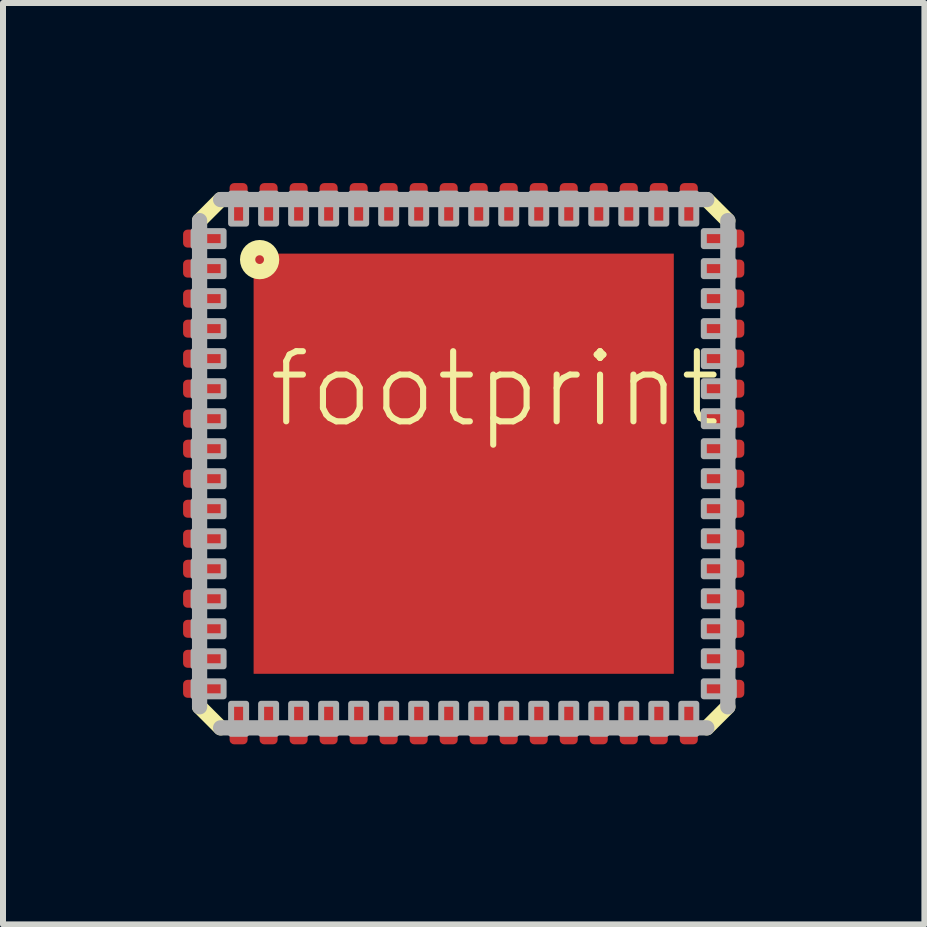
<source format=kicad_pcb>
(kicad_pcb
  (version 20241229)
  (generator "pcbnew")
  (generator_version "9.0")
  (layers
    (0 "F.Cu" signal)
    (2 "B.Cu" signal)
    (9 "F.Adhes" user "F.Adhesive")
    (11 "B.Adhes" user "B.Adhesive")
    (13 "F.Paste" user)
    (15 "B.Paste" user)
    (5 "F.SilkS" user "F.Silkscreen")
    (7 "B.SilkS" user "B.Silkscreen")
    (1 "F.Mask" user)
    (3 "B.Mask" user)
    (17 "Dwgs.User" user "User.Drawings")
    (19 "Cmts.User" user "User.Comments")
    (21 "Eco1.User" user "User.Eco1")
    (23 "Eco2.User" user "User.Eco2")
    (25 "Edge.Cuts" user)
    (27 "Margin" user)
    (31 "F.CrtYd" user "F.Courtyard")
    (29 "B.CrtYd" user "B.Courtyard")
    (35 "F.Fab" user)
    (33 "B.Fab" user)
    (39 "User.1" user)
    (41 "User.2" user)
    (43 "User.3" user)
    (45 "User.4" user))
  (footprint "footprint"
    (layer "F.Cu")
    (at 4.675 4.675)
    (property "Reference" "footprint" (at -3.302 -0.558 0) (layer "F.SilkS") (effects (font (size 1.168 1.168) (thickness 0.102)) (justify left bottom)))
    (fp_line (start -4.4 -4.05) (end -4.05 -4.4) (stroke (width 0.254) (type solid)) (layer "F.SilkS"))
    (fp_line (start -4.05 4.4) (end -4.4 4.05) (stroke (width 0.254) (type solid)) (layer "F.SilkS"))
    (fp_line (start 4.05 -4.4) (end 4.4 -4.05) (stroke (width 0.254) (type solid)) (layer "F.SilkS"))
    (fp_line (start 4.4 4.05) (end 4.05 4.4) (stroke (width 0.254) (type solid)) (layer "F.SilkS"))
    (fp_circle (center -3.4 -3.4) (end -3.2 -3.4) (stroke (width 0.254) (type solid)) (fill no) (layer "F.SilkS"))
    (fp_line (start -4.4 4.05) (end -4.4 -4.05) (stroke (width 0.254) (type solid)) (layer "F.Fab"))
    (fp_line (start -4.05 -4.4) (end 4.05 -4.4) (stroke (width 0.254) (type solid)) (layer "F.Fab"))
    (fp_line (start 4.05 4.4) (end -4.05 4.4) (stroke (width 0.254) (type solid)) (layer "F.Fab"))
    (fp_line (start 4.4 -4.05) (end 4.4 4.05) (stroke (width 0.254) (type solid)) (layer "F.Fab"))
    (fp_poly (pts (xy -4.5 -3.625) (xy -4 -3.625) (xy -4 -3.875) (xy -4.5 -3.875)) (stroke (width 0.1) (type solid)) (fill no) (layer "F.Fab"))
    (fp_poly (pts (xy -4.5 -3.125) (xy -4 -3.125) (xy -4 -3.375) (xy -4.5 -3.375)) (stroke (width 0.1) (type solid)) (fill no) (layer "F.Fab"))
    (fp_poly (pts (xy -4.5 -2.625) (xy -4 -2.625) (xy -4 -2.875) (xy -4.5 -2.875)) (stroke (width 0.1) (type solid)) (fill no) (layer "F.Fab"))
    (fp_poly (pts (xy -4.5 -2.125) (xy -4 -2.125) (xy -4 -2.375) (xy -4.5 -2.375)) (stroke (width 0.1) (type solid)) (fill no) (layer "F.Fab"))
    (fp_poly (pts (xy -4.5 -1.625) (xy -4 -1.625) (xy -4 -1.875) (xy -4.5 -1.875)) (stroke (width 0.1) (type solid)) (fill no) (layer "F.Fab"))
    (fp_poly (pts (xy -4.5 -1.125) (xy -4 -1.125) (xy -4 -1.375) (xy -4.5 -1.375)) (stroke (width 0.1) (type solid)) (fill no) (layer "F.Fab"))
    (fp_poly (pts (xy -4.5 -0.625) (xy -4 -0.625) (xy -4 -0.875) (xy -4.5 -0.875)) (stroke (width 0.1) (type solid)) (fill no) (layer "F.Fab"))
    (fp_poly (pts (xy -4.5 -0.125) (xy -4 -0.125) (xy -4 -0.375) (xy -4.5 -0.375)) (stroke (width 0.1) (type solid)) (fill no) (layer "F.Fab"))
    (fp_poly (pts (xy -4.5 0.375) (xy -4 0.375) (xy -4 0.125) (xy -4.5 0.125)) (stroke (width 0.1) (type solid)) (fill no) (layer "F.Fab"))
    (fp_poly (pts (xy -4.5 0.875) (xy -4 0.875) (xy -4 0.625) (xy -4.5 0.625)) (stroke (width 0.1) (type solid)) (fill no) (layer "F.Fab"))
    (fp_poly (pts (xy -4.5 1.375) (xy -4 1.375) (xy -4 1.125) (xy -4.5 1.125)) (stroke (width 0.1) (type solid)) (fill no) (layer "F.Fab"))
    (fp_poly (pts (xy -4.5 1.875) (xy -4 1.875) (xy -4 1.625) (xy -4.5 1.625)) (stroke (width 0.1) (type solid)) (fill no) (layer "F.Fab"))
    (fp_poly (pts (xy -4.5 2.375) (xy -4 2.375) (xy -4 2.125) (xy -4.5 2.125)) (stroke (width 0.1) (type solid)) (fill no) (layer "F.Fab"))
    (fp_poly (pts (xy -4.5 2.875) (xy -4 2.875) (xy -4 2.625) (xy -4.5 2.625)) (stroke (width 0.1) (type solid)) (fill no) (layer "F.Fab"))
    (fp_poly (pts (xy -4.5 3.375) (xy -4 3.375) (xy -4 3.125) (xy -4.5 3.125)) (stroke (width 0.1) (type solid)) (fill no) (layer "F.Fab"))
    (fp_poly (pts (xy -4.5 3.875) (xy -4 3.875) (xy -4 3.625) (xy -4.5 3.625)) (stroke (width 0.1) (type solid)) (fill no) (layer "F.Fab"))
    (fp_poly (pts (xy -3.875 -4) (xy -3.625 -4) (xy -3.625 -4.5) (xy -3.875 -4.5)) (stroke (width 0.1) (type solid)) (fill no) (layer "F.Fab"))
    (fp_poly (pts (xy -3.875 4.5) (xy -3.625 4.5) (xy -3.625 4) (xy -3.875 4)) (stroke (width 0.1) (type solid)) (fill no) (layer "F.Fab"))
    (fp_poly (pts (xy -3.375 -4) (xy -3.125 -4) (xy -3.125 -4.5) (xy -3.375 -4.5)) (stroke (width 0.1) (type solid)) (fill no) (layer "F.Fab"))
    (fp_poly (pts (xy -3.375 4.5) (xy -3.125 4.5) (xy -3.125 4) (xy -3.375 4)) (stroke (width 0.1) (type solid)) (fill no) (layer "F.Fab"))
    (fp_poly (pts (xy -2.875 -4) (xy -2.625 -4) (xy -2.625 -4.5) (xy -2.875 -4.5)) (stroke (width 0.1) (type solid)) (fill no) (layer "F.Fab"))
    (fp_poly (pts (xy -2.875 4.5) (xy -2.625 4.5) (xy -2.625 4) (xy -2.875 4)) (stroke (width 0.1) (type solid)) (fill no) (layer "F.Fab"))
    (fp_poly (pts (xy -2.375 -4) (xy -2.125 -4) (xy -2.125 -4.5) (xy -2.375 -4.5)) (stroke (width 0.1) (type solid)) (fill no) (layer "F.Fab"))
    (fp_poly (pts (xy -2.375 4.5) (xy -2.125 4.5) (xy -2.125 4) (xy -2.375 4)) (stroke (width 0.1) (type solid)) (fill no) (layer "F.Fab"))
    (fp_poly (pts (xy -1.875 -4) (xy -1.625 -4) (xy -1.625 -4.5) (xy -1.875 -4.5)) (stroke (width 0.1) (type solid)) (fill no) (layer "F.Fab"))
    (fp_poly (pts (xy -1.875 4.5) (xy -1.625 4.5) (xy -1.625 4) (xy -1.875 4)) (stroke (width 0.1) (type solid)) (fill no) (layer "F.Fab"))
    (fp_poly (pts (xy -1.375 -4) (xy -1.125 -4) (xy -1.125 -4.5) (xy -1.375 -4.5)) (stroke (width 0.1) (type solid)) (fill no) (layer "F.Fab"))
    (fp_poly (pts (xy -1.375 4.5) (xy -1.125 4.5) (xy -1.125 4) (xy -1.375 4)) (stroke (width 0.1) (type solid)) (fill no) (layer "F.Fab"))
    (fp_poly (pts (xy -0.875 -4) (xy -0.625 -4) (xy -0.625 -4.5) (xy -0.875 -4.5)) (stroke (width 0.1) (type solid)) (fill no) (layer "F.Fab"))
    (fp_poly (pts (xy -0.875 4.5) (xy -0.625 4.5) (xy -0.625 4) (xy -0.875 4)) (stroke (width 0.1) (type solid)) (fill no) (layer "F.Fab"))
    (fp_poly (pts (xy -0.375 -4) (xy -0.125 -4) (xy -0.125 -4.5) (xy -0.375 -4.5)) (stroke (width 0.1) (type solid)) (fill no) (layer "F.Fab"))
    (fp_poly (pts (xy -0.375 4.5) (xy -0.125 4.5) (xy -0.125 4) (xy -0.375 4)) (stroke (width 0.1) (type solid)) (fill no) (layer "F.Fab"))
    (fp_poly (pts (xy 0.125 -4) (xy 0.375 -4) (xy 0.375 -4.5) (xy 0.125 -4.5)) (stroke (width 0.1) (type solid)) (fill no) (layer "F.Fab"))
    (fp_poly (pts (xy 0.125 4.5) (xy 0.375 4.5) (xy 0.375 4) (xy 0.125 4)) (stroke (width 0.1) (type solid)) (fill no) (layer "F.Fab"))
    (fp_poly (pts (xy 0.625 -4) (xy 0.875 -4) (xy 0.875 -4.5) (xy 0.625 -4.5)) (stroke (width 0.1) (type solid)) (fill no) (layer "F.Fab"))
    (fp_poly (pts (xy 0.625 4.5) (xy 0.875 4.5) (xy 0.875 4) (xy 0.625 4)) (stroke (width 0.1) (type solid)) (fill no) (layer "F.Fab"))
    (fp_poly (pts (xy 1.125 -4) (xy 1.375 -4) (xy 1.375 -4.5) (xy 1.125 -4.5)) (stroke (width 0.1) (type solid)) (fill no) (layer "F.Fab"))
    (fp_poly (pts (xy 1.125 4.5) (xy 1.375 4.5) (xy 1.375 4) (xy 1.125 4)) (stroke (width 0.1) (type solid)) (fill no) (layer "F.Fab"))
    (fp_poly (pts (xy 1.625 -4) (xy 1.875 -4) (xy 1.875 -4.5) (xy 1.625 -4.5)) (stroke (width 0.1) (type solid)) (fill no) (layer "F.Fab"))
    (fp_poly (pts (xy 1.625 4.5) (xy 1.875 4.5) (xy 1.875 4) (xy 1.625 4)) (stroke (width 0.1) (type solid)) (fill no) (layer "F.Fab"))
    (fp_poly (pts (xy 2.125 -4) (xy 2.375 -4) (xy 2.375 -4.5) (xy 2.125 -4.5)) (stroke (width 0.1) (type solid)) (fill no) (layer "F.Fab"))
    (fp_poly (pts (xy 2.125 4.5) (xy 2.375 4.5) (xy 2.375 4) (xy 2.125 4)) (stroke (width 0.1) (type solid)) (fill no) (layer "F.Fab"))
    (fp_poly (pts (xy 2.625 -4) (xy 2.875 -4) (xy 2.875 -4.5) (xy 2.625 -4.5)) (stroke (width 0.1) (type solid)) (fill no) (layer "F.Fab"))
    (fp_poly (pts (xy 2.625 4.5) (xy 2.875 4.5) (xy 2.875 4) (xy 2.625 4)) (stroke (width 0.1) (type solid)) (fill no) (layer "F.Fab"))
    (fp_poly (pts (xy 3.125 -4) (xy 3.375 -4) (xy 3.375 -4.5) (xy 3.125 -4.5)) (stroke (width 0.1) (type solid)) (fill no) (layer "F.Fab"))
    (fp_poly (pts (xy 3.125 4.5) (xy 3.375 4.5) (xy 3.375 4) (xy 3.125 4)) (stroke (width 0.1) (type solid)) (fill no) (layer "F.Fab"))
    (fp_poly (pts (xy 3.625 -4) (xy 3.875 -4) (xy 3.875 -4.5) (xy 3.625 -4.5)) (stroke (width 0.1) (type solid)) (fill no) (layer "F.Fab"))
    (fp_poly (pts (xy 3.625 4.5) (xy 3.875 4.5) (xy 3.875 4) (xy 3.625 4)) (stroke (width 0.1) (type solid)) (fill no) (layer "F.Fab"))
    (fp_poly (pts (xy 4 -3.625) (xy 4.5 -3.625) (xy 4.5 -3.875) (xy 4 -3.875)) (stroke (width 0.1) (type solid)) (fill no) (layer "F.Fab"))
    (fp_poly (pts (xy 4 -3.125) (xy 4.5 -3.125) (xy 4.5 -3.375) (xy 4 -3.375)) (stroke (width 0.1) (type solid)) (fill no) (layer "F.Fab"))
    (fp_poly (pts (xy 4 -2.625) (xy 4.5 -2.625) (xy 4.5 -2.875) (xy 4 -2.875)) (stroke (width 0.1) (type solid)) (fill no) (layer "F.Fab"))
    (fp_poly (pts (xy 4 -2.125) (xy 4.5 -2.125) (xy 4.5 -2.375) (xy 4 -2.375)) (stroke (width 0.1) (type solid)) (fill no) (layer "F.Fab"))
    (fp_poly (pts (xy 4 -1.625) (xy 4.5 -1.625) (xy 4.5 -1.875) (xy 4 -1.875)) (stroke (width 0.1) (type solid)) (fill no) (layer "F.Fab"))
    (fp_poly (pts (xy 4 -1.125) (xy 4.5 -1.125) (xy 4.5 -1.375) (xy 4 -1.375)) (stroke (width 0.1) (type solid)) (fill no) (layer "F.Fab"))
    (fp_poly (pts (xy 4 -0.625) (xy 4.5 -0.625) (xy 4.5 -0.875) (xy 4 -0.875)) (stroke (width 0.1) (type solid)) (fill no) (layer "F.Fab"))
    (fp_poly (pts (xy 4 -0.125) (xy 4.5 -0.125) (xy 4.5 -0.375) (xy 4 -0.375)) (stroke (width 0.1) (type solid)) (fill no) (layer "F.Fab"))
    (fp_poly (pts (xy 4 0.375) (xy 4.5 0.375) (xy 4.5 0.125) (xy 4 0.125)) (stroke (width 0.1) (type solid)) (fill no) (layer "F.Fab"))
    (fp_poly (pts (xy 4 0.875) (xy 4.5 0.875) (xy 4.5 0.625) (xy 4 0.625)) (stroke (width 0.1) (type solid)) (fill no) (layer "F.Fab"))
    (fp_poly (pts (xy 4 1.375) (xy 4.5 1.375) (xy 4.5 1.125) (xy 4 1.125)) (stroke (width 0.1) (type solid)) (fill no) (layer "F.Fab"))
    (fp_poly (pts (xy 4 1.875) (xy 4.5 1.875) (xy 4.5 1.625) (xy 4 1.625)) (stroke (width 0.1) (type solid)) (fill no) (layer "F.Fab"))
    (fp_poly (pts (xy 4 2.375) (xy 4.5 2.375) (xy 4.5 2.125) (xy 4 2.125)) (stroke (width 0.1) (type solid)) (fill no) (layer "F.Fab"))
    (fp_poly (pts (xy 4 2.875) (xy 4.5 2.875) (xy 4.5 2.625) (xy 4 2.625)) (stroke (width 0.1) (type solid)) (fill no) (layer "F.Fab"))
    (fp_poly (pts (xy 4 3.375) (xy 4.5 3.375) (xy 4.5 3.125) (xy 4 3.125)) (stroke (width 0.1) (type solid)) (fill no) (layer "F.Fab"))
    (fp_poly (pts (xy 4 3.875) (xy 4.5 3.875) (xy 4.5 3.625) (xy 4 3.625)) (stroke (width 0.1) (type solid)) (fill no) (layer "F.Fab"))
    (pad "1" smd roundrect (at -4.325 -3.75) (size 0.7 0.3) (layers "F.Cu" "F.Mask" "F.Paste") (roundrect_rratio 0.25))
    (pad "2" smd roundrect (at -4.325 -3.25) (size 0.7 0.3) (layers "F.Cu" "F.Mask" "F.Paste") (roundrect_rratio 0.25))
    (pad "3" smd roundrect (at -4.325 -2.75) (size 0.7 0.3) (layers "F.Cu" "F.Mask" "F.Paste") (roundrect_rratio 0.25))
    (pad "4" smd roundrect (at -4.325 -2.25) (size 0.7 0.3) (layers "F.Cu" "F.Mask" "F.Paste") (roundrect_rratio 0.25))
    (pad "5" smd roundrect (at -4.325 -1.75) (size 0.7 0.3) (layers "F.Cu" "F.Mask" "F.Paste") (roundrect_rratio 0.25))
    (pad "6" smd roundrect (at -4.325 -1.25) (size 0.7 0.3) (layers "F.Cu" "F.Mask" "F.Paste") (roundrect_rratio 0.25))
    (pad "7" smd roundrect (at -4.325 -0.75) (size 0.7 0.3) (layers "F.Cu" "F.Mask" "F.Paste") (roundrect_rratio 0.25))
    (pad "8" smd roundrect (at -4.325 -0.25) (size 0.7 0.3) (layers "F.Cu" "F.Mask" "F.Paste") (roundrect_rratio 0.25))
    (pad "9" smd roundrect (at -4.325 0.25) (size 0.7 0.3) (layers "F.Cu" "F.Mask" "F.Paste") (roundrect_rratio 0.25))
    (pad "10" smd roundrect (at -4.325 0.75) (size 0.7 0.3) (layers "F.Cu" "F.Mask" "F.Paste") (roundrect_rratio 0.25))
    (pad "11" smd roundrect (at -4.325 1.25) (size 0.7 0.3) (layers "F.Cu" "F.Mask" "F.Paste") (roundrect_rratio 0.25))
    (pad "12" smd roundrect (at -4.325 1.75) (size 0.7 0.3) (layers "F.Cu" "F.Mask" "F.Paste") (roundrect_rratio 0.25))
    (pad "13" smd roundrect (at -4.325 2.25) (size 0.7 0.3) (layers "F.Cu" "F.Mask" "F.Paste") (roundrect_rratio 0.25))
    (pad "14" smd roundrect (at -4.325 2.75) (size 0.7 0.3) (layers "F.Cu" "F.Mask" "F.Paste") (roundrect_rratio 0.25))
    (pad "15" smd roundrect (at -4.325 3.25) (size 0.7 0.3) (layers "F.Cu" "F.Mask" "F.Paste") (roundrect_rratio 0.25))
    (pad "16" smd roundrect (at -4.325 3.75) (size 0.7 0.3) (layers "F.Cu" "F.Mask" "F.Paste") (roundrect_rratio 0.25))
    (pad "17" smd roundrect (at -3.75 4.325) (size 0.3 0.7) (layers "F.Cu" "F.Mask" "F.Paste") (roundrect_rratio 0.25))
    (pad "18" smd roundrect (at -3.25 4.325) (size 0.3 0.7) (layers "F.Cu" "F.Mask" "F.Paste") (roundrect_rratio 0.25))
    (pad "19" smd roundrect (at -2.75 4.325) (size 0.3 0.7) (layers "F.Cu" "F.Mask" "F.Paste") (roundrect_rratio 0.25))
    (pad "20" smd roundrect (at -2.25 4.325) (size 0.3 0.7) (layers "F.Cu" "F.Mask" "F.Paste") (roundrect_rratio 0.25))
    (pad "21" smd roundrect (at -1.75 4.325) (size 0.3 0.7) (layers "F.Cu" "F.Mask" "F.Paste") (roundrect_rratio 0.25))
    (pad "22" smd roundrect (at -1.25 4.325) (size 0.3 0.7) (layers "F.Cu" "F.Mask" "F.Paste") (roundrect_rratio 0.25))
    (pad "23" smd roundrect (at -0.75 4.325) (size 0.3 0.7) (layers "F.Cu" "F.Mask" "F.Paste") (roundrect_rratio 0.25))
    (pad "24" smd roundrect (at -0.25 4.325) (size 0.3 0.7) (layers "F.Cu" "F.Mask" "F.Paste") (roundrect_rratio 0.25))
    (pad "25" smd roundrect (at 0.25 4.325) (size 0.3 0.7) (layers "F.Cu" "F.Mask" "F.Paste") (roundrect_rratio 0.25))
    (pad "26" smd roundrect (at 0.75 4.325) (size 0.3 0.7) (layers "F.Cu" "F.Mask" "F.Paste") (roundrect_rratio 0.25))
    (pad "27" smd roundrect (at 1.25 4.325) (size 0.3 0.7) (layers "F.Cu" "F.Mask" "F.Paste") (roundrect_rratio 0.25))
    (pad "28" smd roundrect (at 1.75 4.325) (size 0.3 0.7) (layers "F.Cu" "F.Mask" "F.Paste") (roundrect_rratio 0.25))
    (pad "29" smd roundrect (at 2.25 4.325) (size 0.3 0.7) (layers "F.Cu" "F.Mask" "F.Paste") (roundrect_rratio 0.25))
    (pad "30" smd roundrect (at 2.75 4.325) (size 0.3 0.7) (layers "F.Cu" "F.Mask" "F.Paste") (roundrect_rratio 0.25))
    (pad "31" smd roundrect (at 3.25 4.325) (size 0.3 0.7) (layers "F.Cu" "F.Mask" "F.Paste") (roundrect_rratio 0.25))
    (pad "32" smd roundrect (at 3.75 4.325) (size 0.3 0.7) (layers "F.Cu" "F.Mask" "F.Paste") (roundrect_rratio 0.25))
    (pad "33" smd roundrect (at 4.325 3.75) (size 0.7 0.3) (layers "F.Cu" "F.Mask" "F.Paste") (roundrect_rratio 0.25))
    (pad "34" smd roundrect (at 4.325 3.25) (size 0.7 0.3) (layers "F.Cu" "F.Mask" "F.Paste") (roundrect_rratio 0.25))
    (pad "35" smd roundrect (at 4.325 2.75) (size 0.7 0.3) (layers "F.Cu" "F.Mask" "F.Paste") (roundrect_rratio 0.25))
    (pad "36" smd roundrect (at 4.325 2.25) (size 0.7 0.3) (layers "F.Cu" "F.Mask" "F.Paste") (roundrect_rratio 0.25))
    (pad "37" smd roundrect (at 4.325 1.75) (size 0.7 0.3) (layers "F.Cu" "F.Mask" "F.Paste") (roundrect_rratio 0.25))
    (pad "38" smd roundrect (at 4.325 1.25) (size 0.7 0.3) (layers "F.Cu" "F.Mask" "F.Paste") (roundrect_rratio 0.25))
    (pad "39" smd roundrect (at 4.325 0.75) (size 0.7 0.3) (layers "F.Cu" "F.Mask" "F.Paste") (roundrect_rratio 0.25))
    (pad "40" smd roundrect (at 4.325 0.25) (size 0.7 0.3) (layers "F.Cu" "F.Mask" "F.Paste") (roundrect_rratio 0.25))
    (pad "41" smd roundrect (at 4.325 -0.25) (size 0.7 0.3) (layers "F.Cu" "F.Mask" "F.Paste") (roundrect_rratio 0.25))
    (pad "42" smd roundrect (at 4.325 -0.75) (size 0.7 0.3) (layers "F.Cu" "F.Mask" "F.Paste") (roundrect_rratio 0.25))
    (pad "43" smd roundrect (at 4.325 -1.25) (size 0.7 0.3) (layers "F.Cu" "F.Mask" "F.Paste") (roundrect_rratio 0.25))
    (pad "44" smd roundrect (at 4.325 -1.75) (size 0.7 0.3) (layers "F.Cu" "F.Mask" "F.Paste") (roundrect_rratio 0.25))
    (pad "45" smd roundrect (at 4.325 -2.25) (size 0.7 0.3) (layers "F.Cu" "F.Mask" "F.Paste") (roundrect_rratio 0.25))
    (pad "46" smd roundrect (at 4.325 -2.75) (size 0.7 0.3) (layers "F.Cu" "F.Mask" "F.Paste") (roundrect_rratio 0.25))
    (pad "47" smd roundrect (at 4.325 -3.25) (size 0.7 0.3) (layers "F.Cu" "F.Mask" "F.Paste") (roundrect_rratio 0.25))
    (pad "48" smd roundrect (at 4.325 -3.75) (size 0.7 0.3) (layers "F.Cu" "F.Mask" "F.Paste") (roundrect_rratio 0.25))
    (pad "49" smd roundrect (at 3.75 -4.325) (size 0.3 0.7) (layers "F.Cu" "F.Mask" "F.Paste") (roundrect_rratio 0.25))
    (pad "50" smd roundrect (at 3.25 -4.325) (size 0.3 0.7) (layers "F.Cu" "F.Mask" "F.Paste") (roundrect_rratio 0.25))
    (pad "51" smd roundrect (at 2.75 -4.325) (size 0.3 0.7) (layers "F.Cu" "F.Mask" "F.Paste") (roundrect_rratio 0.25))
    (pad "52" smd roundrect (at 2.25 -4.325) (size 0.3 0.7) (layers "F.Cu" "F.Mask" "F.Paste") (roundrect_rratio 0.25))
    (pad "53" smd roundrect (at 1.75 -4.325) (size 0.3 0.7) (layers "F.Cu" "F.Mask" "F.Paste") (roundrect_rratio 0.25))
    (pad "54" smd roundrect (at 1.25 -4.325) (size 0.3 0.7) (layers "F.Cu" "F.Mask" "F.Paste") (roundrect_rratio 0.25))
    (pad "55" smd roundrect (at 0.75 -4.325) (size 0.3 0.7) (layers "F.Cu" "F.Mask" "F.Paste") (roundrect_rratio 0.25))
    (pad "56" smd roundrect (at 0.25 -4.325) (size 0.3 0.7) (layers "F.Cu" "F.Mask" "F.Paste") (roundrect_rratio 0.25))
    (pad "57" smd roundrect (at -0.25 -4.325) (size 0.3 0.7) (layers "F.Cu" "F.Mask" "F.Paste") (roundrect_rratio 0.25))
    (pad "58" smd roundrect (at -0.75 -4.325) (size 0.3 0.7) (layers "F.Cu" "F.Mask" "F.Paste") (roundrect_rratio 0.25))
    (pad "59" smd roundrect (at -1.25 -4.325) (size 0.3 0.7) (layers "F.Cu" "F.Mask" "F.Paste") (roundrect_rratio 0.25))
    (pad "60" smd roundrect (at -1.75 -4.325) (size 0.3 0.7) (layers "F.Cu" "F.Mask" "F.Paste") (roundrect_rratio 0.25))
    (pad "61" smd roundrect (at -2.25 -4.325) (size 0.3 0.7) (layers "F.Cu" "F.Mask" "F.Paste") (roundrect_rratio 0.25))
    (pad "62" smd roundrect (at -2.75 -4.325) (size 0.3 0.7) (layers "F.Cu" "F.Mask" "F.Paste") (roundrect_rratio 0.25))
    (pad "63" smd roundrect (at -3.25 -4.325) (size 0.3 0.7) (layers "F.Cu" "F.Mask" "F.Paste") (roundrect_rratio 0.25))
    (pad "64" smd roundrect (at -3.75 -4.325) (size 0.3 0.7) (layers "F.Cu" "F.Mask" "F.Paste") (roundrect_rratio 0.25))
    (pad "TH" smd rect (at 0 0) (size 7 7) (layers "F.Cu" "F.Mask" "F.Paste")))
  (gr_rect
    (start -3 -3)
    (end 12.35 12.35)
    (stroke (width 0.1) (type default))
    (fill no)
    (layer "Edge.Cuts")))
</source>
